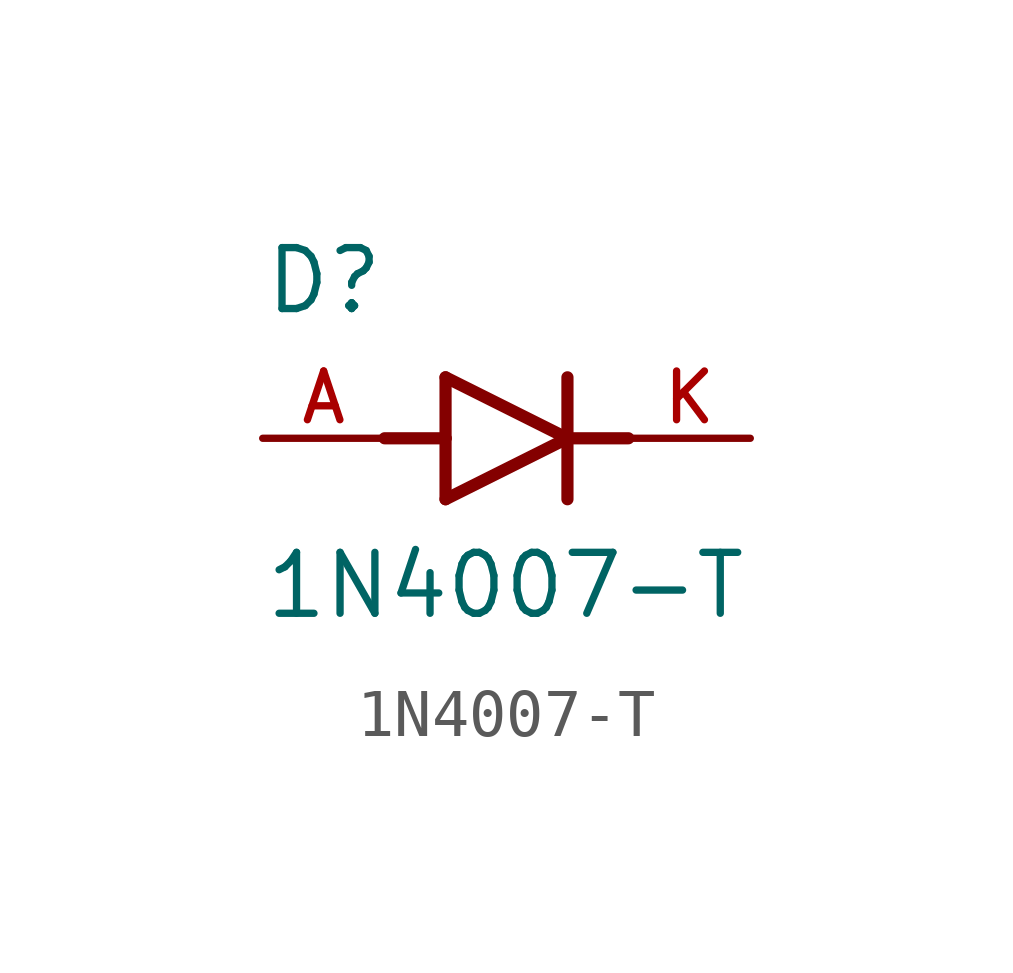
<source format=kicad_sym>
(kicad_symbol_lib
  (version 20211014)
  (generator kicad_symbol_editor)
  (symbol "1N4007-T"
    (pin_names
      (offset 1.016))
    (property "Reference" "D"
      (at -5.08 2.54 0)
      (effects (font (size 1.27 1.27)) (justify bottom left)))
    (property "Value" "1N4007-T"
      (at -5.08 -3.81 0)
      (effects (font (size 1.27 1.27)) (justify bottom left)))
    (symbol "1N4007-T_0_0"
      (polyline (pts (xy -1.27 -1.27) (xy 1.27 0.0)) (stroke (width 0.254)))
      (polyline (pts (xy 1.27 0.0) (xy -1.27 1.27)) (stroke (width 0.254)))
      (polyline (pts (xy 1.27 1.27) (xy 1.27 0.0)) (stroke (width 0.254)))
      (polyline (pts (xy -1.27 1.27) (xy -1.27 0.0)) (stroke (width 0.254)))
      (polyline (pts (xy -1.27 0.0) (xy -1.27 -1.27)) (stroke (width 0.254)))
      (polyline (pts (xy 1.27 0.0) (xy 1.27 -1.27)) (stroke (width 0.254)))
      (polyline (pts (xy -2.54 0.0) (xy -1.27 0.0)) (stroke (width 0.254)))
      (polyline (pts (xy 1.27 0.0) (xy 2.54 0.0)) (stroke (width 0.254)))
      (pin passive line (at 5.08 0.0 180.0) (length 2.54) (name "~" (effects (font (size 1.016 1.016)))) (number "K" (effects (font (size 1.016 1.016)))))
      (pin passive line (at -5.08 0.0 0) (length 2.54) (name "~" (effects (font (size 1.016 1.016)))) (number "A" (effects (font (size 1.016 1.016))))))))
</source>
